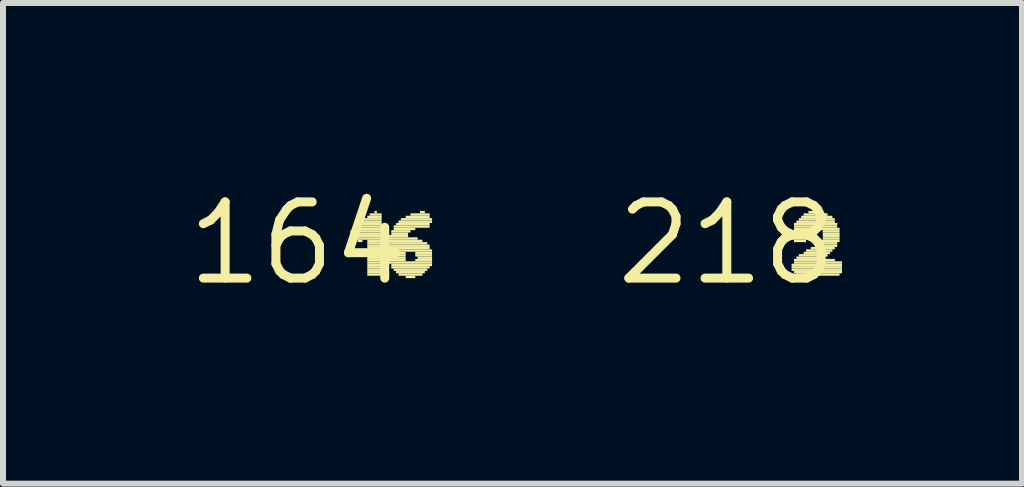
<source format=kicad_pcb>
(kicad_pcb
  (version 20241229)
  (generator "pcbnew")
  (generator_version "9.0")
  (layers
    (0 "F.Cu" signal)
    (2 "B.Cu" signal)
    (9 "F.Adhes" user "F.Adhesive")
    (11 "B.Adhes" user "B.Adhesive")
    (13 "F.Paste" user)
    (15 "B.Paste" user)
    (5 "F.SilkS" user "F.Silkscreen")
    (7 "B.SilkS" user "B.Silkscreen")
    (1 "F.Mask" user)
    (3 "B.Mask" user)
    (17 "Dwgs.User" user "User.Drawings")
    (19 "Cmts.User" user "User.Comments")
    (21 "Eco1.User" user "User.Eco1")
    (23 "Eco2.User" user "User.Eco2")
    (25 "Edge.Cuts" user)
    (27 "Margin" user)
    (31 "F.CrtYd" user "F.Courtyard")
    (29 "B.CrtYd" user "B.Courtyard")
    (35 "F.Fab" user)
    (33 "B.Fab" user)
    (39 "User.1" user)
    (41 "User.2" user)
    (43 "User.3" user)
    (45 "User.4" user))
  (footprint "164"
    (layer "F.Cu")
    (at 1.912 1.006)
    (property "Reference" "164" (at 0 0 0) (layer "F.SilkS") (effects (font (size 1.27 1.27) (thickness 0.15))))
    (attr through_hole)
    (fp_poly (pts (xy 0.88 -0.18) (xy 1.4 -0.18) (xy 1.4 -0.22) (xy 0.88 -0.22)) (stroke (width 0) (type solid)) (fill yes) (layer "F.SilkS"))
    (fp_poly (pts (xy 0.88 -0.14) (xy 1.4 -0.14) (xy 1.4 -0.18) (xy 0.88 -0.18)) (stroke (width 0) (type solid)) (fill yes) (layer "F.SilkS"))
    (fp_poly (pts (xy 0.92 -0.22) (xy 1.4 -0.22) (xy 1.4 -0.26) (xy 0.92 -0.26)) (stroke (width 0) (type solid)) (fill yes) (layer "F.SilkS"))
    (fp_poly (pts (xy 0.92 -0.1) (xy 1.4 -0.1) (xy 1.4 -0.14) (xy 0.92 -0.14)) (stroke (width 0) (type solid)) (fill yes) (layer "F.SilkS"))
    (fp_poly (pts (xy 0.96 -0.26) (xy 1.4 -0.26) (xy 1.4 -0.3) (xy 0.96 -0.3)) (stroke (width 0) (type solid)) (fill yes) (layer "F.SilkS"))
    (fp_poly (pts (xy 0.96 -0.06) (xy 1.4 -0.06) (xy 1.4 -0.1) (xy 0.96 -0.1)) (stroke (width 0) (type solid)) (fill yes) (layer "F.SilkS"))
    (fp_poly (pts (xy 1 -0.3) (xy 1.4 -0.3) (xy 1.4 -0.34) (xy 1 -0.34)) (stroke (width 0) (type solid)) (fill yes) (layer "F.SilkS"))
    (fp_poly (pts (xy 1 -0.02) (xy 1.08 -0.02) (xy 1.08 -0.06) (xy 1 -0.06)) (stroke (width 0) (type solid)) (fill yes) (layer "F.SilkS"))
    (fp_poly (pts (xy 1.04 -0.34) (xy 1.4 -0.34) (xy 1.4 -0.38) (xy 1.04 -0.38)) (stroke (width 0) (type solid)) (fill yes) (layer "F.SilkS"))
    (fp_poly (pts (xy 1.08 -0.38) (xy 1.4 -0.38) (xy 1.4 -0.42) (xy 1.08 -0.42)) (stroke (width 0) (type solid)) (fill yes) (layer "F.SilkS"))
    (fp_poly (pts (xy 1.16 -0.42) (xy 1.4 -0.42) (xy 1.4 -0.46) (xy 1.16 -0.46)) (stroke (width 0) (type solid)) (fill yes) (layer "F.SilkS"))
    (fp_poly (pts (xy 1.16 -0.02) (xy 1.4 -0.02) (xy 1.4 -0.06) (xy 1.16 -0.06)) (stroke (width 0) (type solid)) (fill yes) (layer "F.SilkS"))
    (fp_poly (pts (xy 1.16 0.02) (xy 1.4 0.02) (xy 1.4 -0.02) (xy 1.16 -0.02)) (stroke (width 0) (type solid)) (fill yes) (layer "F.SilkS"))
    (fp_poly (pts (xy 1.16 0.06) (xy 1.4 0.06) (xy 1.4 0.02) (xy 1.16 0.02)) (stroke (width 0) (type solid)) (fill yes) (layer "F.SilkS"))
    (fp_poly (pts (xy 1.16 0.1) (xy 1.4 0.1) (xy 1.4 0.06) (xy 1.16 0.06)) (stroke (width 0) (type solid)) (fill yes) (layer "F.SilkS"))
    (fp_poly (pts (xy 1.16 0.14) (xy 1.4 0.14) (xy 1.4 0.1) (xy 1.16 0.1)) (stroke (width 0) (type solid)) (fill yes) (layer "F.SilkS"))
    (fp_poly (pts (xy 1.16 0.18) (xy 1.4 0.18) (xy 1.4 0.14) (xy 1.16 0.14)) (stroke (width 0) (type solid)) (fill yes) (layer "F.SilkS"))
    (fp_poly (pts (xy 1.16 0.22) (xy 1.4 0.22) (xy 1.4 0.18) (xy 1.16 0.18)) (stroke (width 0) (type solid)) (fill yes) (layer "F.SilkS"))
    (fp_poly (pts (xy 1.16 0.26) (xy 1.4 0.26) (xy 1.4 0.22) (xy 1.16 0.22)) (stroke (width 0) (type solid)) (fill yes) (layer "F.SilkS"))
    (fp_poly (pts (xy 1.16 0.3) (xy 1.4 0.3) (xy 1.4 0.26) (xy 1.16 0.26)) (stroke (width 0) (type solid)) (fill yes) (layer "F.SilkS"))
    (fp_poly (pts (xy 1.16 0.34) (xy 1.4 0.34) (xy 1.4 0.3) (xy 1.16 0.3)) (stroke (width 0) (type solid)) (fill yes) (layer "F.SilkS"))
    (fp_poly (pts (xy 1.16 0.38) (xy 1.4 0.38) (xy 1.4 0.34) (xy 1.16 0.34)) (stroke (width 0) (type solid)) (fill yes) (layer "F.SilkS"))
    (fp_poly (pts (xy 1.16 0.42) (xy 1.4 0.42) (xy 1.4 0.38) (xy 1.16 0.38)) (stroke (width 0) (type solid)) (fill yes) (layer "F.SilkS"))
    (fp_poly (pts (xy 1.16 0.46) (xy 1.4 0.46) (xy 1.4 0.42) (xy 1.16 0.42)) (stroke (width 0) (type solid)) (fill yes) (layer "F.SilkS"))
    (fp_poly (pts (xy 1.16 0.5) (xy 1.4 0.5) (xy 1.4 0.46) (xy 1.16 0.46)) (stroke (width 0) (type solid)) (fill yes) (layer "F.SilkS"))
    (fp_poly (pts (xy 1.16 0.54) (xy 1.4 0.54) (xy 1.4 0.5) (xy 1.16 0.5)) (stroke (width 0) (type solid)) (fill yes) (layer "F.SilkS"))
    (fp_poly (pts (xy 1.2 -0.46) (xy 1.4 -0.46) (xy 1.4 -0.5) (xy 1.2 -0.5)) (stroke (width 0) (type solid)) (fill yes) (layer "F.SilkS"))
    (fp_poly (pts (xy 1.28 -0.5) (xy 1.32 -0.5) (xy 1.32 -0.54) (xy 1.28 -0.54)) (stroke (width 0) (type solid)) (fill yes) (layer "F.SilkS"))
    (fp_poly (pts (xy 1.48 0.14) (xy 2.24 0.14) (xy 2.24 0.1) (xy 1.48 0.1)) (stroke (width 0) (type solid)) (fill yes) (layer "F.SilkS"))
    (fp_poly (pts (xy 1.52 -0.1) (xy 1.84 -0.1) (xy 1.84 -0.14) (xy 1.52 -0.14)) (stroke (width 0) (type solid)) (fill yes) (layer "F.SilkS"))
    (fp_poly (pts (xy 1.52 -0.06) (xy 2 -0.06) (xy 2 -0.1) (xy 1.52 -0.1)) (stroke (width 0) (type solid)) (fill yes) (layer "F.SilkS"))
    (fp_poly (pts (xy 1.52 -0.02) (xy 2.08 -0.02) (xy 2.08 -0.06) (xy 1.52 -0.06)) (stroke (width 0) (type solid)) (fill yes) (layer "F.SilkS"))
    (fp_poly (pts (xy 1.52 0.02) (xy 2.16 0.02) (xy 2.16 -0.02) (xy 1.52 -0.02)) (stroke (width 0) (type solid)) (fill yes) (layer "F.SilkS"))
    (fp_poly (pts (xy 1.52 0.06) (xy 2.2 0.06) (xy 2.2 0.02) (xy 1.52 0.02)) (stroke (width 0) (type solid)) (fill yes) (layer "F.SilkS"))
    (fp_poly (pts (xy 1.52 0.1) (xy 2.2 0.1) (xy 2.2 0.06) (xy 1.52 0.06)) (stroke (width 0) (type solid)) (fill yes) (layer "F.SilkS"))
    (fp_poly (pts (xy 1.52 0.18) (xy 1.8 0.18) (xy 1.8 0.14) (xy 1.52 0.14)) (stroke (width 0) (type solid)) (fill yes) (layer "F.SilkS"))
    (fp_poly (pts (xy 1.52 0.22) (xy 1.8 0.22) (xy 1.8 0.18) (xy 1.52 0.18)) (stroke (width 0) (type solid)) (fill yes) (layer "F.SilkS"))
    (fp_poly (pts (xy 1.52 0.26) (xy 1.8 0.26) (xy 1.8 0.22) (xy 1.52 0.22)) (stroke (width 0) (type solid)) (fill yes) (layer "F.SilkS"))
    (fp_poly (pts (xy 1.52 0.3) (xy 1.8 0.3) (xy 1.8 0.26) (xy 1.52 0.26)) (stroke (width 0) (type solid)) (fill yes) (layer "F.SilkS"))
    (fp_poly (pts (xy 1.52 0.34) (xy 2.24 0.34) (xy 2.24 0.3) (xy 1.52 0.3)) (stroke (width 0) (type solid)) (fill yes) (layer "F.SilkS"))
    (fp_poly (pts (xy 1.56 -0.18) (xy 1.88 -0.18) (xy 1.88 -0.22) (xy 1.56 -0.22)) (stroke (width 0) (type solid)) (fill yes) (layer "F.SilkS"))
    (fp_poly (pts (xy 1.56 -0.14) (xy 1.84 -0.14) (xy 1.84 -0.18) (xy 1.56 -0.18)) (stroke (width 0) (type solid)) (fill yes) (layer "F.SilkS"))
    (fp_poly (pts (xy 1.56 0.38) (xy 2.24 0.38) (xy 2.24 0.34) (xy 1.56 0.34)) (stroke (width 0) (type solid)) (fill yes) (layer "F.SilkS"))
    (fp_poly (pts (xy 1.56 0.42) (xy 2.2 0.42) (xy 2.2 0.38) (xy 1.56 0.38)) (stroke (width 0) (type solid)) (fill yes) (layer "F.SilkS"))
    (fp_poly (pts (xy 1.6 -0.26) (xy 2.2 -0.26) (xy 2.2 -0.3) (xy 1.6 -0.3)) (stroke (width 0) (type solid)) (fill yes) (layer "F.SilkS"))
    (fp_poly (pts (xy 1.6 -0.22) (xy 1.96 -0.22) (xy 1.96 -0.26) (xy 1.6 -0.26)) (stroke (width 0) (type solid)) (fill yes) (layer "F.SilkS"))
    (fp_poly (pts (xy 1.6 0.46) (xy 2.16 0.46) (xy 2.16 0.42) (xy 1.6 0.42)) (stroke (width 0) (type solid)) (fill yes) (layer "F.SilkS"))
    (fp_poly (pts (xy 1.64 -0.3) (xy 2.2 -0.3) (xy 2.2 -0.34) (xy 1.64 -0.34)) (stroke (width 0) (type solid)) (fill yes) (layer "F.SilkS"))
    (fp_poly (pts (xy 1.64 0.5) (xy 2.12 0.5) (xy 2.12 0.46) (xy 1.64 0.46)) (stroke (width 0) (type solid)) (fill yes) (layer "F.SilkS"))
    (fp_poly (pts (xy 1.68 -0.34) (xy 2.24 -0.34) (xy 2.24 -0.38) (xy 1.68 -0.38)) (stroke (width 0) (type solid)) (fill yes) (layer "F.SilkS"))
    (fp_poly (pts (xy 1.68 0.54) (xy 2.08 0.54) (xy 2.08 0.5) (xy 1.68 0.5)) (stroke (width 0) (type solid)) (fill yes) (layer "F.SilkS"))
    (fp_poly (pts (xy 1.72 -0.38) (xy 2.24 -0.38) (xy 2.24 -0.42) (xy 1.72 -0.42)) (stroke (width 0) (type solid)) (fill yes) (layer "F.SilkS"))
    (fp_poly (pts (xy 1.8 -0.42) (xy 2.2 -0.42) (xy 2.2 -0.46) (xy 1.8 -0.46)) (stroke (width 0) (type solid)) (fill yes) (layer "F.SilkS"))
    (fp_poly (pts (xy 1.8 0.58) (xy 1.96 0.58) (xy 1.96 0.54) (xy 1.8 0.54)) (stroke (width 0) (type solid)) (fill yes) (layer "F.SilkS"))
    (fp_poly (pts (xy 1.88 -0.46) (xy 2.2 -0.46) (xy 2.2 -0.5) (xy 1.88 -0.5)) (stroke (width 0) (type solid)) (fill yes) (layer "F.SilkS"))
    (fp_poly (pts (xy 1.96 0.18) (xy 2.24 0.18) (xy 2.24 0.14) (xy 1.96 0.14)) (stroke (width 0) (type solid)) (fill yes) (layer "F.SilkS"))
    (fp_poly (pts (xy 1.96 0.22) (xy 2.24 0.22) (xy 2.24 0.18) (xy 1.96 0.18)) (stroke (width 0) (type solid)) (fill yes) (layer "F.SilkS"))
    (fp_poly (pts (xy 1.96 0.3) (xy 2.24 0.3) (xy 2.24 0.26) (xy 1.96 0.26)) (stroke (width 0) (type solid)) (fill yes) (layer "F.SilkS"))
    (fp_poly (pts (xy 2 0.26) (xy 2.24 0.26) (xy 2.24 0.22) (xy 2 0.22)) (stroke (width 0) (type solid)) (fill yes) (layer "F.SilkS"))
    (fp_poly (pts (xy 2.04 -0.5) (xy 2.12 -0.5) (xy 2.12 -0.54) (xy 2.04 -0.54)) (stroke (width 0) (type solid)) (fill yes) (layer "F.SilkS")))
  (footprint "218"
    (layer "F.Cu")
    (at 9.065 1.006)
    (property "Reference" "218" (at 0 0 0) (layer "F.SilkS") (effects (font (size 1.27 1.27) (thickness 0.15))))
    (attr through_hole)
    (fp_poly (pts (xy 1.08 -0.18) (xy 1.36 -0.18) (xy 1.36 -0.22) (xy 1.08 -0.22)) (stroke (width 0) (type solid)) (fill yes) (layer "F.SilkS"))
    (fp_poly (pts (xy 1.08 -0.14) (xy 1.36 -0.14) (xy 1.36 -0.18) (xy 1.08 -0.18)) (stroke (width 0) (type solid)) (fill yes) (layer "F.SilkS"))
    (fp_poly (pts (xy 1.08 -0.1) (xy 1.36 -0.1) (xy 1.36 -0.14) (xy 1.08 -0.14)) (stroke (width 0) (type solid)) (fill yes) (layer "F.SilkS"))
    (fp_poly (pts (xy 1.08 -0.06) (xy 1.36 -0.06) (xy 1.36 -0.1) (xy 1.08 -0.1)) (stroke (width 0) (type solid)) (fill yes) (layer "F.SilkS"))
    (fp_poly (pts (xy 1.08 0.38) (xy 1.92 0.38) (xy 1.92 0.34) (xy 1.08 0.34)) (stroke (width 0) (type solid)) (fill yes) (layer "F.SilkS"))
    (fp_poly (pts (xy 1.08 0.42) (xy 1.92 0.42) (xy 1.92 0.38) (xy 1.08 0.38)) (stroke (width 0) (type solid)) (fill yes) (layer "F.SilkS"))
    (fp_poly (pts (xy 1.08 0.46) (xy 1.92 0.46) (xy 1.92 0.42) (xy 1.08 0.42)) (stroke (width 0) (type solid)) (fill yes) (layer "F.SilkS"))
    (fp_poly (pts (xy 1.12 -0.3) (xy 1.84 -0.3) (xy 1.84 -0.34) (xy 1.12 -0.34)) (stroke (width 0) (type solid)) (fill yes) (layer "F.SilkS"))
    (fp_poly (pts (xy 1.12 -0.26) (xy 1.84 -0.26) (xy 1.84 -0.3) (xy 1.12 -0.3)) (stroke (width 0) (type solid)) (fill yes) (layer "F.SilkS"))
    (fp_poly (pts (xy 1.12 -0.22) (xy 1.4 -0.22) (xy 1.4 -0.26) (xy 1.12 -0.26)) (stroke (width 0) (type solid)) (fill yes) (layer "F.SilkS"))
    (fp_poly (pts (xy 1.12 -0.02) (xy 1.32 -0.02) (xy 1.32 -0.06) (xy 1.12 -0.06)) (stroke (width 0) (type solid)) (fill yes) (layer "F.SilkS"))
    (fp_poly (pts (xy 1.12 0.3) (xy 1.8 0.3) (xy 1.8 0.26) (xy 1.12 0.26)) (stroke (width 0) (type solid)) (fill yes) (layer "F.SilkS"))
    (fp_poly (pts (xy 1.12 0.34) (xy 1.92 0.34) (xy 1.92 0.3) (xy 1.12 0.3)) (stroke (width 0) (type solid)) (fill yes) (layer "F.SilkS"))
    (fp_poly (pts (xy 1.12 0.5) (xy 1.92 0.5) (xy 1.92 0.46) (xy 1.12 0.46)) (stroke (width 0) (type solid)) (fill yes) (layer "F.SilkS"))
    (fp_poly (pts (xy 1.16 -0.34) (xy 1.8 -0.34) (xy 1.8 -0.38) (xy 1.16 -0.38)) (stroke (width 0) (type solid)) (fill yes) (layer "F.SilkS"))
    (fp_poly (pts (xy 1.16 0.26) (xy 1.64 0.26) (xy 1.64 0.22) (xy 1.16 0.22)) (stroke (width 0) (type solid)) (fill yes) (layer "F.SilkS"))
    (fp_poly (pts (xy 1.16 0.54) (xy 1.88 0.54) (xy 1.88 0.5) (xy 1.16 0.5)) (stroke (width 0) (type solid)) (fill yes) (layer "F.SilkS"))
    (fp_poly (pts (xy 1.2 -0.38) (xy 1.8 -0.38) (xy 1.8 -0.42) (xy 1.2 -0.42)) (stroke (width 0) (type solid)) (fill yes) (layer "F.SilkS"))
    (fp_poly (pts (xy 1.2 0.22) (xy 1.68 0.22) (xy 1.68 0.18) (xy 1.2 0.18)) (stroke (width 0) (type solid)) (fill yes) (layer "F.SilkS"))
    (fp_poly (pts (xy 1.24 -0.42) (xy 1.76 -0.42) (xy 1.76 -0.46) (xy 1.24 -0.46)) (stroke (width 0) (type solid)) (fill yes) (layer "F.SilkS"))
    (fp_poly (pts (xy 1.28 -0.46) (xy 1.68 -0.46) (xy 1.68 -0.5) (xy 1.28 -0.5)) (stroke (width 0) (type solid)) (fill yes) (layer "F.SilkS"))
    (fp_poly (pts (xy 1.28 0.18) (xy 1.72 0.18) (xy 1.72 0.14) (xy 1.28 0.14)) (stroke (width 0) (type solid)) (fill yes) (layer "F.SilkS"))
    (fp_poly (pts (xy 1.32 0.14) (xy 1.76 0.14) (xy 1.76 0.1) (xy 1.32 0.1)) (stroke (width 0) (type solid)) (fill yes) (layer "F.SilkS"))
    (fp_poly (pts (xy 1.36 -0.5) (xy 1.6 -0.5) (xy 1.6 -0.54) (xy 1.36 -0.54)) (stroke (width 0) (type solid)) (fill yes) (layer "F.SilkS"))
    (fp_poly (pts (xy 1.4 0.1) (xy 1.8 0.1) (xy 1.8 0.06) (xy 1.4 0.06)) (stroke (width 0) (type solid)) (fill yes) (layer "F.SilkS"))
    (fp_poly (pts (xy 1.48 0.06) (xy 1.84 0.06) (xy 1.84 0.02) (xy 1.48 0.02)) (stroke (width 0) (type solid)) (fill yes) (layer "F.SilkS"))
    (fp_poly (pts (xy 1.52 0.02) (xy 1.84 0.02) (xy 1.84 -0.02) (xy 1.52 -0.02)) (stroke (width 0) (type solid)) (fill yes) (layer "F.SilkS"))
    (fp_poly (pts (xy 1.56 -0.22) (xy 1.88 -0.22) (xy 1.88 -0.26) (xy 1.56 -0.26)) (stroke (width 0) (type solid)) (fill yes) (layer "F.SilkS"))
    (fp_poly (pts (xy 1.56 -0.02) (xy 1.88 -0.02) (xy 1.88 -0.06) (xy 1.56 -0.06)) (stroke (width 0) (type solid)) (fill yes) (layer "F.SilkS"))
    (fp_poly (pts (xy 1.6 -0.18) (xy 1.88 -0.18) (xy 1.88 -0.22) (xy 1.6 -0.22)) (stroke (width 0) (type solid)) (fill yes) (layer "F.SilkS"))
    (fp_poly (pts (xy 1.6 -0.14) (xy 1.88 -0.14) (xy 1.88 -0.18) (xy 1.6 -0.18)) (stroke (width 0) (type solid)) (fill yes) (layer "F.SilkS"))
    (fp_poly (pts (xy 1.6 -0.1) (xy 1.88 -0.1) (xy 1.88 -0.14) (xy 1.6 -0.14)) (stroke (width 0) (type solid)) (fill yes) (layer "F.SilkS"))
    (fp_poly (pts (xy 1.6 -0.06) (xy 1.88 -0.06) (xy 1.88 -0.1) (xy 1.6 -0.1)) (stroke (width 0) (type solid)) (fill yes) (layer "F.SilkS")))
  (gr_rect
    (start -3 -3)
    (end 13.985 5.012)
    (stroke (width 0.1) (type default))
    (fill no)
    (layer "Edge.Cuts")))
</source>
